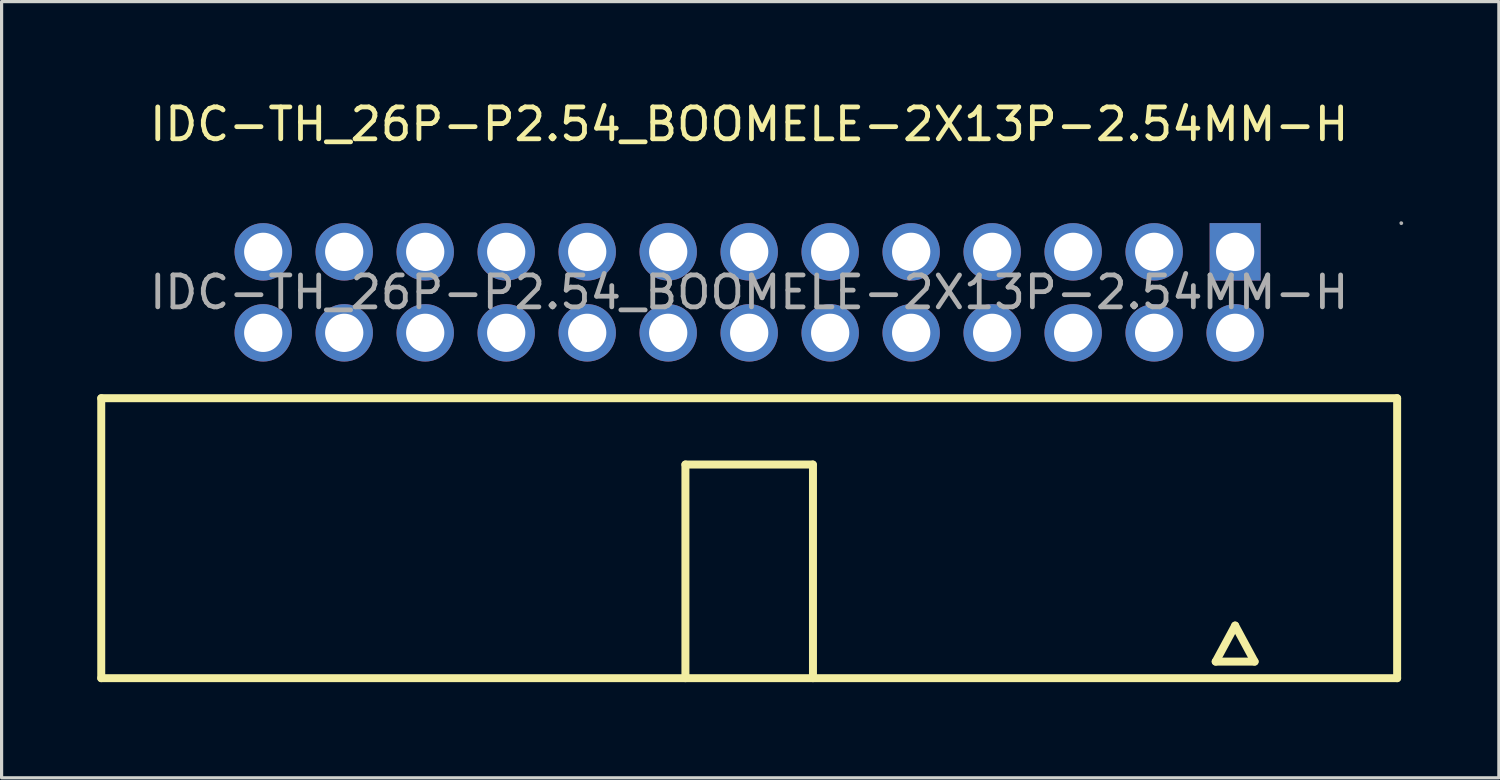
<source format=kicad_pcb>
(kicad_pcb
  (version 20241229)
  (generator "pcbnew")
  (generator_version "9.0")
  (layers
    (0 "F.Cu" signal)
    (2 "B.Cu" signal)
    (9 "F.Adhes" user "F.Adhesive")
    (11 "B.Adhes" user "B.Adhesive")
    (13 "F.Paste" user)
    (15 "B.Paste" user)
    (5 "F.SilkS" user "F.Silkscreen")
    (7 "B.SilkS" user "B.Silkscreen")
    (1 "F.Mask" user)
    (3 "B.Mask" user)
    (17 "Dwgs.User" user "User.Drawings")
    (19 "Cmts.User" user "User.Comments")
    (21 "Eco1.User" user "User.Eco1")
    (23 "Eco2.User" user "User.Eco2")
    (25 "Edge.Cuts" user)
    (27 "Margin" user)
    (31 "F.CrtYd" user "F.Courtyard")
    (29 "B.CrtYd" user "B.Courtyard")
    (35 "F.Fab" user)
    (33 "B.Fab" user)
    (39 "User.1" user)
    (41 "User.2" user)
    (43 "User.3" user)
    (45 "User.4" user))
  (footprint "IDC-TH_26P-P2.54_BOOMELE-2X13P-2.54MM-H"
    (layer "F.Cu")
    (at 20.445 6.118)
    (property "Reference" "IDC-TH_26P-P2.54_BOOMELE-2X13P-2.54MM-H" (at 0 -5.27 0) (layer "F.SilkS") (effects (font (size 1 1) (thickness 0.15))))
    (attr through_hole)
    (fp_line (start -20.32 12.1) (end -20.32 3.32) (stroke (width 0.25) (type solid)) (layer "F.SilkS"))
    (fp_line (start -2 12.1) (end -2 5.4) (stroke (width 0.25) (type solid)) (layer "F.SilkS"))
    (fp_line (start 1.99 5.4) (end -2 5.4) (stroke (width 0.25) (type solid)) (layer "F.SilkS"))
    (fp_line (start 2 12.1) (end 2 5.4) (stroke (width 0.25) (type solid)) (layer "F.SilkS"))
    (fp_line (start 14.63 11.58) (end 15.85 11.58) (stroke (width 0.25) (type solid)) (layer "F.SilkS"))
    (fp_line (start 15.24 10.45) (end 14.63 11.58) (stroke (width 0.25) (type solid)) (layer "F.SilkS"))
    (fp_line (start 15.85 11.58) (end 15.24 10.45) (stroke (width 0.25) (type solid)) (layer "F.SilkS"))
    (fp_line (start 20.32 3.32) (end -20.32 3.32) (stroke (width 0.25) (type solid)) (layer "F.SilkS"))
    (fp_line (start 20.32 12.1) (end -20.32 12.1) (stroke (width 0.25) (type solid)) (layer "F.SilkS"))
    (fp_line (start 20.32 12.1) (end 20.32 3.32) (stroke (width 0.25) (type solid)) (layer "F.SilkS"))
    (fp_circle (center -15.24 -1.27) (end -14.99 -1.27) (stroke (width 0.5) (type solid)) (fill no) (layer "F.Fab"))
    (fp_circle (center -15.24 1.27) (end -14.99 1.27) (stroke (width 0.5) (type solid)) (fill no) (layer "F.Fab"))
    (fp_circle (center -12.7 -1.27) (end -12.45 -1.27) (stroke (width 0.5) (type solid)) (fill no) (layer "F.Fab"))
    (fp_circle (center -12.7 1.27) (end -12.45 1.27) (stroke (width 0.5) (type solid)) (fill no) (layer "F.Fab"))
    (fp_circle (center -10.16 -1.27) (end -9.91 -1.27) (stroke (width 0.5) (type solid)) (fill no) (layer "F.Fab"))
    (fp_circle (center -10.16 1.27) (end -9.91 1.27) (stroke (width 0.5) (type solid)) (fill no) (layer "F.Fab"))
    (fp_circle (center -7.62 -1.27) (end -7.37 -1.27) (stroke (width 0.5) (type solid)) (fill no) (layer "F.Fab"))
    (fp_circle (center -7.62 1.27) (end -7.37 1.27) (stroke (width 0.5) (type solid)) (fill no) (layer "F.Fab"))
    (fp_circle (center -5.08 -1.27) (end -4.83 -1.27) (stroke (width 0.5) (type solid)) (fill no) (layer "F.Fab"))
    (fp_circle (center -5.08 1.27) (end -4.83 1.27) (stroke (width 0.5) (type solid)) (fill no) (layer "F.Fab"))
    (fp_circle (center -2.54 -1.27) (end -2.29 -1.27) (stroke (width 0.5) (type solid)) (fill no) (layer "F.Fab"))
    (fp_circle (center -2.54 1.27) (end -2.29 1.27) (stroke (width 0.5) (type solid)) (fill no) (layer "F.Fab"))
    (fp_circle (center 0 -1.27) (end 0.25 -1.27) (stroke (width 0.5) (type solid)) (fill no) (layer "F.Fab"))
    (fp_circle (center 0 1.27) (end 0.25 1.27) (stroke (width 0.5) (type solid)) (fill no) (layer "F.Fab"))
    (fp_circle (center 2.54 -1.27) (end 2.79 -1.27) (stroke (width 0.5) (type solid)) (fill no) (layer "F.Fab"))
    (fp_circle (center 2.54 1.27) (end 2.79 1.27) (stroke (width 0.5) (type solid)) (fill no) (layer "F.Fab"))
    (fp_circle (center 5.08 -1.27) (end 5.33 -1.27) (stroke (width 0.5) (type solid)) (fill no) (layer "F.Fab"))
    (fp_circle (center 5.08 1.27) (end 5.33 1.27) (stroke (width 0.5) (type solid)) (fill no) (layer "F.Fab"))
    (fp_circle (center 7.62 -1.27) (end 7.87 -1.27) (stroke (width 0.5) (type solid)) (fill no) (layer "F.Fab"))
    (fp_circle (center 7.62 1.27) (end 7.87 1.27) (stroke (width 0.5) (type solid)) (fill no) (layer "F.Fab"))
    (fp_circle (center 10.16 -1.27) (end 10.41 -1.27) (stroke (width 0.5) (type solid)) (fill no) (layer "F.Fab"))
    (fp_circle (center 10.16 1.27) (end 10.41 1.27) (stroke (width 0.5) (type solid)) (fill no) (layer "F.Fab"))
    (fp_circle (center 12.7 -1.27) (end 12.95 -1.27) (stroke (width 0.5) (type solid)) (fill no) (layer "F.Fab"))
    (fp_circle (center 12.7 1.27) (end 12.95 1.27) (stroke (width 0.5) (type solid)) (fill no) (layer "F.Fab"))
    (fp_circle (center 15.24 -1.27) (end 15.49 -1.27) (stroke (width 0.5) (type solid)) (fill no) (layer "F.Fab"))
    (fp_circle (center 15.24 1.27) (end 15.49 1.27) (stroke (width 0.5) (type solid)) (fill no) (layer "F.Fab"))
    (fp_circle (center 20.45 -2.17) (end 20.48 -2.17) (stroke (width 0.06) (type solid)) (fill no) (layer "F.Fab"))
    (fp_text user "${REFERENCE}" (at 0 0 0) (layer "F.Fab") (effects (font (size 1 1) (thickness 0.15))))
    (pad "1" thru_hole rect (at 15.24 -1.27 180) (size 1.6 1.8) (drill 1.2) (layers "*.Cu" "*.Paste" "*.Mask"))
    (pad "2" thru_hole circle (at 15.24 1.27 180) (size 1.8 1.8) (drill 1.2) (layers "*.Cu" "*.Paste" "*.Mask"))
    (pad "3" thru_hole circle (at 12.7 -1.27 180) (size 1.8 1.8) (drill 1.2) (layers "*.Cu" "*.Paste" "*.Mask"))
    (pad "4" thru_hole circle (at 12.7 1.27 180) (size 1.8 1.8) (drill 1.2) (layers "*.Cu" "*.Paste" "*.Mask"))
    (pad "5" thru_hole circle (at 10.16 -1.27 180) (size 1.8 1.8) (drill 1.2) (layers "*.Cu" "*.Paste" "*.Mask"))
    (pad "6" thru_hole circle (at 10.16 1.27 180) (size 1.8 1.8) (drill 1.2) (layers "*.Cu" "*.Paste" "*.Mask"))
    (pad "7" thru_hole circle (at 7.62 -1.27 180) (size 1.8 1.8) (drill 1.2) (layers "*.Cu" "*.Paste" "*.Mask"))
    (pad "8" thru_hole circle (at 7.62 1.27 180) (size 1.8 1.8) (drill 1.2) (layers "*.Cu" "*.Paste" "*.Mask"))
    (pad "9" thru_hole circle (at 5.08 -1.27 180) (size 1.8 1.8) (drill 1.2) (layers "*.Cu" "*.Paste" "*.Mask"))
    (pad "10" thru_hole circle (at 5.08 1.27 180) (size 1.8 1.8) (drill 1.2) (layers "*.Cu" "*.Paste" "*.Mask"))
    (pad "11" thru_hole circle (at 2.54 -1.27 180) (size 1.8 1.8) (drill 1.2) (layers "*.Cu" "*.Paste" "*.Mask"))
    (pad "12" thru_hole circle (at 2.54 1.27 180) (size 1.8 1.8) (drill 1.2) (layers "*.Cu" "*.Paste" "*.Mask"))
    (pad "13" thru_hole circle (at 0 -1.27 180) (size 1.8 1.8) (drill 1.2) (layers "*.Cu" "*.Paste" "*.Mask"))
    (pad "14" thru_hole circle (at 0 1.27 180) (size 1.8 1.8) (drill 1.2) (layers "*.Cu" "*.Paste" "*.Mask"))
    (pad "15" thru_hole circle (at -2.54 -1.27 180) (size 1.8 1.8) (drill 1.2) (layers "*.Cu" "*.Paste" "*.Mask"))
    (pad "16" thru_hole circle (at -2.54 1.27 180) (size 1.8 1.8) (drill 1.2) (layers "*.Cu" "*.Paste" "*.Mask"))
    (pad "17" thru_hole circle (at -5.08 -1.27 180) (size 1.8 1.8) (drill 1.2) (layers "*.Cu" "*.Paste" "*.Mask"))
    (pad "18" thru_hole circle (at -5.08 1.27 180) (size 1.8 1.8) (drill 1.2) (layers "*.Cu" "*.Paste" "*.Mask"))
    (pad "19" thru_hole circle (at -7.62 -1.27 180) (size 1.8 1.8) (drill 1.2) (layers "*.Cu" "*.Paste" "*.Mask"))
    (pad "20" thru_hole circle (at -7.62 1.27 180) (size 1.8 1.8) (drill 1.2) (layers "*.Cu" "*.Paste" "*.Mask"))
    (pad "21" thru_hole circle (at -10.16 -1.27 180) (size 1.8 1.8) (drill 1.2) (layers "*.Cu" "*.Paste" "*.Mask"))
    (pad "22" thru_hole circle (at -10.16 1.27 180) (size 1.8 1.8) (drill 1.2) (layers "*.Cu" "*.Paste" "*.Mask"))
    (pad "23" thru_hole circle (at -12.7 -1.27 180) (size 1.8 1.8) (drill 1.2) (layers "*.Cu" "*.Paste" "*.Mask"))
    (pad "24" thru_hole circle (at -12.7 1.27 180) (size 1.8 1.8) (drill 1.2) (layers "*.Cu" "*.Paste" "*.Mask"))
    (pad "25" thru_hole circle (at -15.24 -1.27 180) (size 1.8 1.8) (drill 1.2) (layers "*.Cu" "*.Paste" "*.Mask"))
    (pad "26" thru_hole circle (at -15.24 1.27 180) (size 1.8 1.8) (drill 1.2) (layers "*.Cu" "*.Paste" "*.Mask")))
  (gr_rect
    (start -3 -3)
    (end 43.955 21.343)
    (stroke (width 0.1) (type default))
    (fill no)
    (layer "Edge.Cuts")))
</source>
